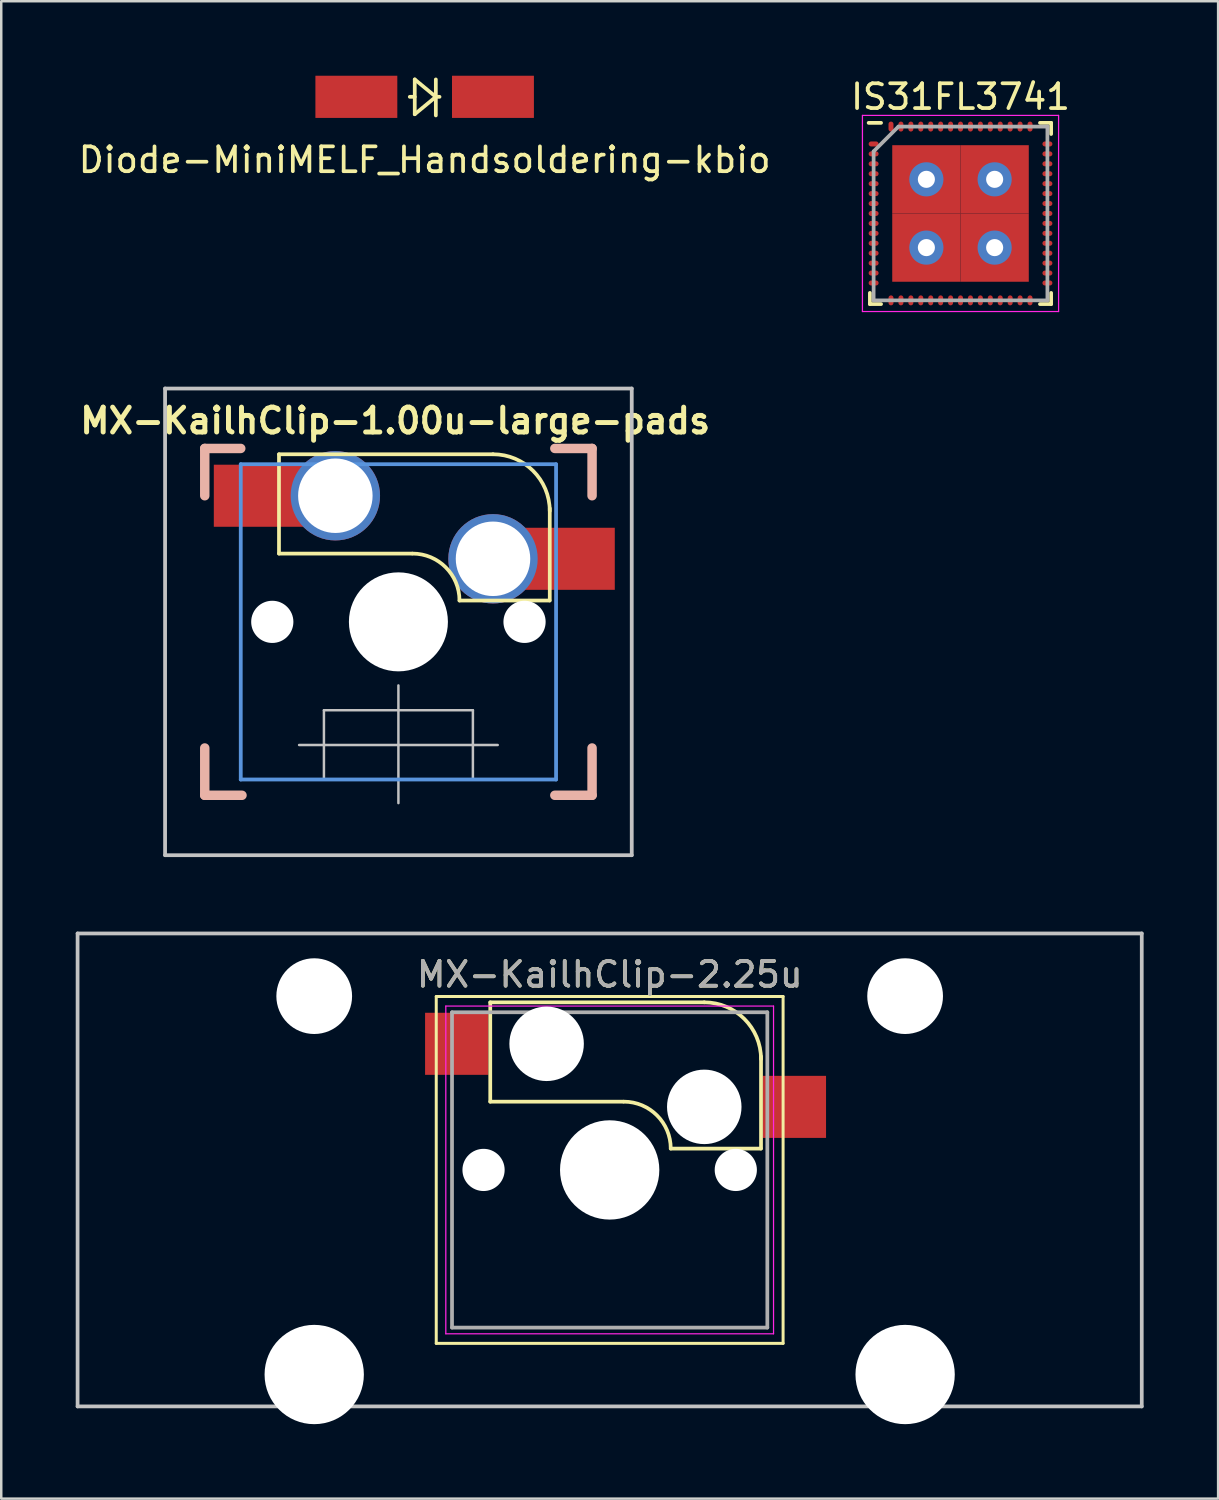
<source format=kicad_pcb>
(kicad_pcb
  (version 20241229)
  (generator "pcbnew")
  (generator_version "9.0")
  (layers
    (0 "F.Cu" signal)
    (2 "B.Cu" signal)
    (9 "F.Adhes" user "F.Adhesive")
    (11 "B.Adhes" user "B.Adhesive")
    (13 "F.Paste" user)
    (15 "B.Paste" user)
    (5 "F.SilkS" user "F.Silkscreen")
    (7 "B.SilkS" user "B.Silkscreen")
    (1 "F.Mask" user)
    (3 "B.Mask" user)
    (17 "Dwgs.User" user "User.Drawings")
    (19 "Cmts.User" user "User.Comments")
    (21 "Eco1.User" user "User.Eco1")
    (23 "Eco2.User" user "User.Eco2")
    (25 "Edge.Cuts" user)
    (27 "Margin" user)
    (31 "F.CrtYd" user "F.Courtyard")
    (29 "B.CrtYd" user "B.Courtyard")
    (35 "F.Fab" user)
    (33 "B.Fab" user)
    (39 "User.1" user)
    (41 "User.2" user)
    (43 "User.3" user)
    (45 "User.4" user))
  (footprint "Diode-MiniMELF_Handsoldering-kbio"
    (layer "F.Cu")
    (at 14.054 0.85)
    (property "Reference" "Diode-MiniMELF_Handsoldering-kbio" (at 0 2.54 0) (layer "F.SilkS") (effects (font (size 1 1) (thickness 0.15))))
    (attr smd)
    (fp_line (start -0.399 -0.701) (end -0.399 0.701) (stroke (width 0.15) (type solid)) (layer "F.SilkS"))
    (fp_line (start -0.399 0) (end -0.599 0) (stroke (width 0.15) (type solid)) (layer "F.SilkS"))
    (fp_line (start -0.399 0.701) (end 0.45 0) (stroke (width 0.15) (type solid)) (layer "F.SilkS"))
    (fp_line (start 0.45 0) (end -0.399 -0.701) (stroke (width 0.15) (type solid)) (layer "F.SilkS"))
    (fp_line (start 0.45 0) (end 0.45 -0.701) (stroke (width 0.15) (type solid)) (layer "F.SilkS"))
    (fp_line (start 0.45 0) (end 0.45 0.749) (stroke (width 0.15) (type solid)) (layer "F.SilkS"))
    (fp_line (start 0.45 0) (end 0.599 0) (stroke (width 0.15) (type solid)) (layer "F.SilkS"))
    (pad "1" smd rect (at -2.751 0) (size 3.299 1.699) (layers "F.Cu" "F.Mask" "F.Paste"))
    (pad "2" smd rect (at 2.751 0) (size 3.299 1.699) (layers "F.Cu" "F.Mask" "F.Paste")))
  (footprint "MX-KailhClip-1.00u-large-pads"
    (layer "F.Cu")
    (at 12.997 21.997)
    (property "Reference" "MX-KailhClip-1.00u-large-pads" (at -0.13 -8.1 0) (layer "F.SilkS") (effects (font (size 1 1) (thickness 0.2))))
    (attr through_hole)
    (fp_line (start -4.81 -6.75) (end -4.81 -2.75) (stroke (width 0.15) (type solid)) (layer "F.SilkS"))
    (fp_line (start -4.81 -6.75) (end 3.81 -6.75) (stroke (width 0.15) (type solid)) (layer "F.SilkS"))
    (fp_line (start -4.81 -2.75) (end 0.55 -2.75) (stroke (width 0.15) (type solid)) (layer "F.SilkS"))
    (fp_line (start 6.088 -0.86) (end 2.46 -0.86) (stroke (width 0.15) (type solid)) (layer "F.SilkS"))
    (fp_line (start 6.096 -4.572) (end 6.096 -0.86) (stroke (width 0.15) (type solid)) (layer "F.SilkS"))
    (fp_arc (start 0.57 -2.75) (mid 1.906432 -2.196432) (end 2.46 -0.86) (stroke (width 0.15) (type solid)) (layer "F.SilkS"))
    (fp_arc (start 3.81 -6.751) (mid 5.426446 -6.081446) (end 6.096 -4.465) (stroke (width 0.15) (type solid)) (layer "F.SilkS"))
    (fp_line (start -7.8 -6.985) (end -6.35 -6.985) (stroke (width 0.381) (type solid)) (layer "B.SilkS"))
    (fp_line (start -7.8 -5.08) (end -7.8 -6.985) (stroke (width 0.381) (type solid)) (layer "B.SilkS"))
    (fp_line (start -7.8 6.985) (end -7.8 5.08) (stroke (width 0.381) (type solid)) (layer "B.SilkS"))
    (fp_line (start -6.3 6.985) (end -7.8 6.985) (stroke (width 0.381) (type solid)) (layer "B.SilkS"))
    (fp_line (start 6.3 -6.985) (end 7.8 -6.985) (stroke (width 0.381) (type solid)) (layer "B.SilkS"))
    (fp_line (start 7.8 -6.985) (end 7.8 -5.08) (stroke (width 0.381) (type solid)) (layer "B.SilkS"))
    (fp_line (start 7.8 5.08) (end 7.8 6.985) (stroke (width 0.381) (type solid)) (layer "B.SilkS"))
    (fp_line (start 7.8 6.985) (end 6.3 6.985) (stroke (width 0.381) (type solid)) (layer "B.SilkS"))
    (fp_line (start -9.398 -9.398) (end 9.398 -9.398) (stroke (width 0.152) (type solid)) (layer "Dwgs.User"))
    (fp_line (start -9.398 9.398) (end -9.398 -9.398) (stroke (width 0.152) (type solid)) (layer "Dwgs.User"))
    (fp_line (start -4 4.96) (end 4 4.96) (stroke (width 0.1) (type solid)) (layer "Dwgs.User"))
    (fp_line (start -3 3.56) (end -3 6.36) (stroke (width 0.1) (type solid)) (layer "Dwgs.User"))
    (fp_line (start -3 3.56) (end 3 3.56) (stroke (width 0.1) (type solid)) (layer "Dwgs.User"))
    (fp_line (start 0 2.56) (end 0 7.3) (stroke (width 0.1) (type solid)) (layer "Dwgs.User"))
    (fp_line (start 3 3.56) (end 3 6.36) (stroke (width 0.1) (type solid)) (layer "Dwgs.User"))
    (fp_line (start 3 6.36) (end -3 6.36) (stroke (width 0.1) (type solid)) (layer "Dwgs.User"))
    (fp_line (start 9.398 -9.398) (end 9.398 9.398) (stroke (width 0.152) (type solid)) (layer "Dwgs.User"))
    (fp_line (start 9.398 9.398) (end -9.398 9.398) (stroke (width 0.152) (type solid)) (layer "Dwgs.User"))
    (fp_line (start -6.35 -6.35) (end 6.35 -6.35) (stroke (width 0.152) (type solid)) (layer "Cmts.User"))
    (fp_line (start -6.35 6.35) (end -6.35 -6.35) (stroke (width 0.152) (type solid)) (layer "Cmts.User"))
    (fp_line (start 6.35 -6.35) (end 6.35 6.35) (stroke (width 0.152) (type solid)) (layer "Cmts.User"))
    (fp_line (start 6.35 6.35) (end -6.35 6.35) (stroke (width 0.152) (type solid)) (layer "Cmts.User"))
    (fp_line (start -7.8 -6.985) (end 7.8 -6.985) (stroke (width 0.152) (type solid)) (layer "Eco1.User"))
    (fp_line (start -7.8 6.985) (end -7.8 -6.985) (stroke (width 0.152) (type solid)) (layer "Eco1.User"))
    (fp_line (start 7.8 -6.985) (end 7.8 6.985) (stroke (width 0.152) (type solid)) (layer "Eco1.User"))
    (fp_line (start 7.8 6.985) (end -7.8 6.985) (stroke (width 0.152) (type solid)) (layer "Eco1.User"))
    (fp_line (start -7 -7) (end 7 -7) (stroke (width 0.01) (type solid)) (layer "Eco2.User"))
    (fp_line (start -7 7) (end -7 -7) (stroke (width 0.01) (type solid)) (layer "Eco2.User"))
    (fp_line (start 7 -7) (end 7 7) (stroke (width 0.01) (type solid)) (layer "Eco2.User"))
    (fp_line (start 7 7) (end -7 7) (stroke (width 0.01) (type solid)) (layer "Eco2.User"))
    (pad "" np_thru_hole circle (at -5.08 0) (size 1.7 1.7) (drill 1.7) (layers "*.Cu" "*.Mask"))
    (pad "" np_thru_hole circle (at 0 0) (size 3.988 3.988) (drill 3.988) (layers "*.Cu" "*.Mask"))
    (pad "" np_thru_hole circle (at 5.08 0) (size 1.7 1.7) (drill 1.7) (layers "*.Cu" "*.Mask"))
    (pad "1" smd rect (at -5.56 -5.08) (size 3.75 2.5) (layers "F.Cu" "F.Mask" "F.Paste"))
    (pad "1" thru_hole circle (at -2.54 -5.08) (size 3.6 3.6) (drill 3) (layers "*.Cu" "*.Mask"))
    (pad "2" thru_hole circle (at 3.81 -2.54) (size 3.6 3.6) (drill 3) (layers "*.Cu" "*.Mask"))
    (pad "2" smd rect (at 6.84 -2.54) (size 3.75 2.5) (layers "F.Cu" "F.Mask" "F.Paste")))
  (footprint "MX-KailhClip-2.25u"
    (layer "F.Cu")
    (at 21.506 44.072)
    (property "Reference" "MX-KailhClip-2.25u" (at 0 -7.874 0) (layer "F.SilkS") (effects (font (size 1 1) (thickness 0.15))))
    (attr through_hole)
    (fp_line (start -6.985 -6.985) (end 6.985 -6.985) (stroke (width 0.12) (type solid)) (layer "F.SilkS"))
    (fp_line (start -6.985 6.985) (end -6.985 -6.985) (stroke (width 0.12) (type solid)) (layer "F.SilkS"))
    (fp_line (start -4.81 -6.75) (end -4.81 -2.75) (stroke (width 0.15) (type solid)) (layer "F.SilkS"))
    (fp_line (start -4.81 -6.75) (end 3.81 -6.75) (stroke (width 0.15) (type solid)) (layer "F.SilkS"))
    (fp_line (start -4.81 -2.75) (end 0.55 -2.75) (stroke (width 0.15) (type solid)) (layer "F.SilkS"))
    (fp_line (start 6.088 -0.86) (end 2.46 -0.86) (stroke (width 0.15) (type solid)) (layer "F.SilkS"))
    (fp_line (start 6.096 -4.572) (end 6.096 -0.86) (stroke (width 0.15) (type solid)) (layer "F.SilkS"))
    (fp_line (start 6.985 -6.985) (end 6.985 6.985) (stroke (width 0.12) (type solid)) (layer "F.SilkS"))
    (fp_line (start 6.985 6.985) (end -6.985 6.985) (stroke (width 0.12) (type solid)) (layer "F.SilkS"))
    (fp_arc (start 0.57 -2.75) (mid 1.906432 -2.196432) (end 2.46 -0.86) (stroke (width 0.15) (type solid)) (layer "F.SilkS"))
    (fp_arc (start 3.81 -6.751) (mid 5.426446 -6.081446) (end 6.096 -4.465) (stroke (width 0.15) (type solid)) (layer "F.SilkS"))
    (fp_line (start -21.431 -9.525) (end 21.431 -9.525) (stroke (width 0.15) (type solid)) (layer "Dwgs.User"))
    (fp_line (start -21.431 9.525) (end -21.431 -9.525) (stroke (width 0.15) (type solid)) (layer "Dwgs.User"))
    (fp_line (start 21.431 -9.525) (end 21.431 9.525) (stroke (width 0.15) (type solid)) (layer "Dwgs.User"))
    (fp_line (start 21.431 9.525) (end -21.431 9.525) (stroke (width 0.15) (type solid)) (layer "Dwgs.User"))
    (fp_line (start -6.6 -6.6) (end 6.6 -6.6) (stroke (width 0.05) (type solid)) (layer "F.CrtYd"))
    (fp_line (start -6.6 6.6) (end -6.6 -6.6) (stroke (width 0.05) (type solid)) (layer "F.CrtYd"))
    (fp_line (start 6.6 -6.6) (end 6.6 6.6) (stroke (width 0.05) (type solid)) (layer "F.CrtYd"))
    (fp_line (start 6.6 6.6) (end -6.6 6.6) (stroke (width 0.05) (type solid)) (layer "F.CrtYd"))
    (fp_line (start -6.35 -6.35) (end 6.35 -6.35) (stroke (width 0.15) (type solid)) (layer "F.Fab"))
    (fp_line (start -6.35 6.35) (end -6.35 -6.35) (stroke (width 0.15) (type solid)) (layer "F.Fab"))
    (fp_line (start 6.35 -6.35) (end 6.35 6.35) (stroke (width 0.15) (type solid)) (layer "F.Fab"))
    (fp_line (start 6.35 6.35) (end -6.35 6.35) (stroke (width 0.15) (type solid)) (layer "F.Fab"))
    (fp_text user "${REFERENCE}" (at 0 -7.874 0) (layer "F.Fab") (effects (font (size 1 1) (thickness 0.15))))
    (pad "" np_thru_hole circle (at -11.9 -7) (size 3.05 3.05) (drill 3.05) (layers "*.Cu" "*.Mask"))
    (pad "" np_thru_hole circle (at -11.9 8.24) (size 4 4) (drill 4) (layers "*.Cu" "*.Mask"))
    (pad "" np_thru_hole circle (at -5.08 0) (size 1.7 1.7) (drill 1.7) (layers "*.Cu" "*.Mask"))
    (pad "" np_thru_hole circle (at -2.54 -5.08) (size 3 3) (drill 3) (layers "*.Cu" "*.Mask"))
    (pad "" np_thru_hole circle (at 0 0) (size 4 4) (drill 4) (layers "*.Cu" "*.Mask"))
    (pad "" np_thru_hole circle (at 3.81 -2.54) (size 3 3) (drill 3) (layers "*.Cu" "*.Mask"))
    (pad "" np_thru_hole circle (at 5.08 0) (size 1.7 1.7) (drill 1.7) (layers "*.Cu" "*.Mask"))
    (pad "" np_thru_hole circle (at 11.9 -7) (size 3.05 3.05) (drill 3.05) (layers "*.Cu" "*.Mask"))
    (pad "" np_thru_hole circle (at 11.9 8.24) (size 4 4) (drill 4) (layers "*.Cu" "*.Mask"))
    (pad "1" smd rect (at -6.16 -5.08) (size 2.55 2.5) (layers "F.Cu" "F.Mask" "F.Paste"))
    (pad "2" smd rect (at 7.44 -2.54) (size 2.55 2.5) (layers "F.Cu" "F.Mask" "F.Paste")))
  (footprint "IS31FL3741"
    (layer "F.Cu")
    (at 35.637 5.548)
    (property "Reference" "IS31FL3741" (at 0 -4.7 0) (layer "F.SilkS") (effects (font (size 1 1) (thickness 0.15))))
    (attr smd)
    (fp_line (start -3.65 3.65) (end -3.65 3.2) (stroke (width 0.15) (type solid)) (layer "F.SilkS"))
    (fp_line (start -3.2 -3.65) (end -3.7 -3.65) (stroke (width 0.15) (type solid)) (layer "F.SilkS"))
    (fp_line (start -3.2 3.65) (end -3.65 3.65) (stroke (width 0.15) (type solid)) (layer "F.SilkS"))
    (fp_line (start 3.2 -3.65) (end 3.65 -3.65) (stroke (width 0.15) (type solid)) (layer "F.SilkS"))
    (fp_line (start 3.2 3.65) (end 3.65 3.65) (stroke (width 0.15) (type solid)) (layer "F.SilkS"))
    (fp_line (start 3.65 -3.65) (end 3.65 -3.2) (stroke (width 0.15) (type solid)) (layer "F.SilkS"))
    (fp_line (start 3.65 3.65) (end 3.65 3.2) (stroke (width 0.15) (type solid)) (layer "F.SilkS"))
    (fp_line (start -3.95 -3.95) (end 3.95 -3.95) (stroke (width 0.05) (type solid)) (layer "F.CrtYd"))
    (fp_line (start -3.95 3.95) (end -3.95 -3.95) (stroke (width 0.05) (type solid)) (layer "F.CrtYd"))
    (fp_line (start 3.95 -3.95) (end 3.95 3.95) (stroke (width 0.05) (type solid)) (layer "F.CrtYd"))
    (fp_line (start 3.95 3.95) (end -3.95 3.95) (stroke (width 0.05) (type solid)) (layer "F.CrtYd"))
    (fp_line (start -3.5 -2.5) (end -3.5 3.5) (stroke (width 0.15) (type solid)) (layer "F.Fab"))
    (fp_line (start -3.5 3.5) (end 3.5 3.5) (stroke (width 0.15) (type solid)) (layer "F.Fab"))
    (fp_line (start -2.5 -3.5) (end -3.5 -2.5) (stroke (width 0.15) (type solid)) (layer "F.Fab"))
    (fp_line (start 3.5 -3.5) (end -2.5 -3.5) (stroke (width 0.15) (type solid)) (layer "F.Fab"))
    (fp_line (start 3.5 3.5) (end 3.5 -3.5) (stroke (width 0.15) (type solid)) (layer "F.Fab"))
    (pad "1" smd oval (at -3.5 -2.8 90) (size 0.2 0.4) (layers "F.Cu" "F.Mask" "F.Paste"))
    (pad "2" smd oval (at -3.5 -2.4 90) (size 0.2 0.4) (layers "F.Cu" "F.Mask" "F.Paste"))
    (pad "3" smd oval (at -3.5 -2 90) (size 0.2 0.4) (layers "F.Cu" "F.Mask" "F.Paste"))
    (pad "4" smd oval (at -3.5 -1.6 90) (size 0.2 0.4) (layers "F.Cu" "F.Mask" "F.Paste"))
    (pad "5" smd oval (at -3.5 -1.2 90) (size 0.2 0.4) (layers "F.Cu" "F.Mask" "F.Paste"))
    (pad "6" smd oval (at -3.5 -0.8 90) (size 0.2 0.4) (layers "F.Cu" "F.Mask" "F.Paste"))
    (pad "7" smd oval (at -3.5 -0.4 90) (size 0.2 0.4) (layers "F.Cu" "F.Mask" "F.Paste"))
    (pad "8" smd oval (at -3.5 0 90) (size 0.2 0.4) (layers "F.Cu" "F.Mask" "F.Paste"))
    (pad "9" smd oval (at -3.5 0.4 90) (size 0.2 0.4) (layers "F.Cu" "F.Mask" "F.Paste"))
    (pad "10" smd oval (at -3.5 0.8 90) (size 0.2 0.4) (layers "F.Cu" "F.Mask" "F.Paste"))
    (pad "11" smd oval (at -3.5 1.2 90) (size 0.2 0.4) (layers "F.Cu" "F.Mask" "F.Paste"))
    (pad "12" smd oval (at -3.5 1.6 90) (size 0.2 0.4) (layers "F.Cu" "F.Mask" "F.Paste"))
    (pad "13" smd oval (at -3.5 2 90) (size 0.2 0.4) (layers "F.Cu" "F.Mask" "F.Paste"))
    (pad "14" smd oval (at -3.5 2.4 90) (size 0.2 0.4) (layers "F.Cu" "F.Mask" "F.Paste"))
    (pad "15" smd oval (at -3.5 2.8 90) (size 0.2 0.4) (layers "F.Cu" "F.Mask" "F.Paste"))
    (pad "16" smd oval (at -2.8 3.5) (size 0.2 0.4) (layers "F.Cu" "F.Mask" "F.Paste"))
    (pad "17" smd oval (at -2.4 3.5) (size 0.2 0.4) (layers "F.Cu" "F.Mask" "F.Paste"))
    (pad "18" smd oval (at -2 3.5) (size 0.2 0.4) (layers "F.Cu" "F.Mask" "F.Paste"))
    (pad "19" smd oval (at -1.6 3.5) (size 0.2 0.4) (layers "F.Cu" "F.Mask" "F.Paste"))
    (pad "20" smd oval (at -1.2 3.5) (size 0.2 0.4) (layers "F.Cu" "F.Mask" "F.Paste"))
    (pad "21" smd oval (at -0.8 3.5) (size 0.2 0.4) (layers "F.Cu" "F.Mask" "F.Paste"))
    (pad "22" smd oval (at -0.4 3.5) (size 0.2 0.4) (layers "F.Cu" "F.Mask" "F.Paste"))
    (pad "23" smd oval (at 0 3.5) (size 0.2 0.4) (layers "F.Cu" "F.Mask" "F.Paste"))
    (pad "24" smd oval (at 0.4 3.5) (size 0.2 0.4) (layers "F.Cu" "F.Mask" "F.Paste"))
    (pad "25" smd oval (at 0.8 3.5) (size 0.2 0.4) (layers "F.Cu" "F.Mask" "F.Paste"))
    (pad "26" smd oval (at 1.2 3.5) (size 0.2 0.4) (layers "F.Cu" "F.Mask" "F.Paste"))
    (pad "27" smd oval (at 1.6 3.5) (size 0.2 0.4) (layers "F.Cu" "F.Mask" "F.Paste"))
    (pad "28" smd oval (at 2 3.5) (size 0.2 0.4) (layers "F.Cu" "F.Mask" "F.Paste"))
    (pad "29" smd oval (at 2.4 3.5) (size 0.2 0.4) (layers "F.Cu" "F.Mask" "F.Paste"))
    (pad "30" smd oval (at 2.8 3.5) (size 0.2 0.4) (layers "F.Cu" "F.Mask" "F.Paste"))
    (pad "31" smd oval (at 3.5 2.8 90) (size 0.2 0.4) (layers "F.Cu" "F.Mask" "F.Paste"))
    (pad "32" smd oval (at 3.5 2.4 90) (size 0.2 0.4) (layers "F.Cu" "F.Mask" "F.Paste"))
    (pad "33" smd oval (at 3.5 2 90) (size 0.2 0.4) (layers "F.Cu" "F.Mask" "F.Paste"))
    (pad "34" smd oval (at 3.5 1.6 90) (size 0.2 0.4) (layers "F.Cu" "F.Mask" "F.Paste"))
    (pad "35" smd oval (at 3.5 1.2 90) (size 0.2 0.4) (layers "F.Cu" "F.Mask" "F.Paste"))
    (pad "36" smd oval (at 3.5 0.8 90) (size 0.2 0.4) (layers "F.Cu" "F.Mask" "F.Paste"))
    (pad "37" smd oval (at 3.5 0.4 90) (size 0.2 0.4) (layers "F.Cu" "F.Mask" "F.Paste"))
    (pad "38" smd oval (at 3.5 0 90) (size 0.2 0.4) (layers "F.Cu" "F.Mask" "F.Paste"))
    (pad "39" smd oval (at 3.5 -0.4 90) (size 0.2 0.4) (layers "F.Cu" "F.Mask" "F.Paste"))
    (pad "40" smd oval (at 3.5 -0.8 90) (size 0.2 0.4) (layers "F.Cu" "F.Mask" "F.Paste"))
    (pad "41" smd oval (at 3.5 -1.2 90) (size 0.2 0.4) (layers "F.Cu" "F.Mask" "F.Paste"))
    (pad "42" smd oval (at 3.5 -1.6 90) (size 0.2 0.4) (layers "F.Cu" "F.Mask" "F.Paste"))
    (pad "43" smd oval (at 3.5 -2 90) (size 0.2 0.4) (layers "F.Cu" "F.Mask" "F.Paste"))
    (pad "44" smd oval (at 3.5 -2.4 90) (size 0.2 0.4) (layers "F.Cu" "F.Mask" "F.Paste"))
    (pad "45" smd oval (at 3.5 -2.8 90) (size 0.2 0.4) (layers "F.Cu" "F.Mask" "F.Paste"))
    (pad "46" smd oval (at 2.8 -3.5) (size 0.2 0.4) (layers "F.Cu" "F.Mask" "F.Paste"))
    (pad "47" smd oval (at 2.4 -3.5) (size 0.2 0.4) (layers "F.Cu" "F.Mask" "F.Paste"))
    (pad "48" smd oval (at 2 -3.5) (size 0.2 0.4) (layers "F.Cu" "F.Mask" "F.Paste"))
    (pad "49" smd oval (at 1.6 -3.5) (size 0.2 0.4) (layers "F.Cu" "F.Mask" "F.Paste"))
    (pad "50" smd oval (at 1.2 -3.5) (size 0.2 0.4) (layers "F.Cu" "F.Mask" "F.Paste"))
    (pad "51" smd oval (at 0.8 -3.5) (size 0.2 0.4) (layers "F.Cu" "F.Mask" "F.Paste"))
    (pad "52" smd oval (at 0.4 -3.5) (size 0.2 0.4) (layers "F.Cu" "F.Mask" "F.Paste"))
    (pad "53" smd oval (at 0 -3.5) (size 0.2 0.4) (layers "F.Cu" "F.Mask" "F.Paste"))
    (pad "54" smd oval (at -0.4 -3.5) (size 0.2 0.4) (layers "F.Cu" "F.Mask" "F.Paste"))
    (pad "55" smd oval (at -0.8 -3.5) (size 0.2 0.4) (layers "F.Cu" "F.Mask" "F.Paste"))
    (pad "56" smd oval (at -1.2 -3.5) (size 0.2 0.4) (layers "F.Cu" "F.Mask" "F.Paste"))
    (pad "57" smd oval (at -1.6 -3.5) (size 0.2 0.4) (layers "F.Cu" "F.Mask" "F.Paste"))
    (pad "58" smd oval (at -2 -3.5) (size 0.2 0.4) (layers "F.Cu" "F.Mask" "F.Paste"))
    (pad "59" smd oval (at -2.4 -3.5) (size 0.2 0.4) (layers "F.Cu" "F.Mask" "F.Paste"))
    (pad "60" smd oval (at -2.8 -3.5) (size 0.2 0.4) (layers "F.Cu" "F.Mask" "F.Paste"))
    (pad "61" thru_hole circle (at -1.375 -1.375) (size 1.375 1.375) (drill 0.688) (layers "*.Cu" "*.Mask"))
    (pad "61" smd rect (at -1.375 -1.375) (size 2.75 2.75) (layers "F.Cu" "F.Mask" "F.Paste"))
    (pad "61" thru_hole circle (at -1.375 1.375) (size 1.375 1.375) (drill 0.688) (layers "*.Cu" "*.Mask"))
    (pad "61" smd rect (at -1.375 1.375) (size 2.75 2.75) (layers "F.Cu" "F.Mask" "F.Paste"))
    (pad "61" thru_hole circle (at 1.375 -1.375) (size 1.375 1.375) (drill 0.688) (layers "*.Cu" "*.Mask"))
    (pad "61" smd rect (at 1.375 -1.375) (size 2.75 2.75) (layers "F.Cu" "F.Mask" "F.Paste"))
    (pad "61" thru_hole circle (at 1.375 1.375) (size 1.375 1.375) (drill 0.688) (layers "*.Cu" "*.Mask"))
    (pad "61" smd rect (at 1.375 1.375) (size 2.75 2.75) (layers "F.Cu" "F.Mask" "F.Paste")))
  (gr_rect
    (start -3 -3)
    (end 46.013 57.312)
    (stroke (width 0.1) (type default))
    (fill no)
    (layer "Edge.Cuts")))
</source>
